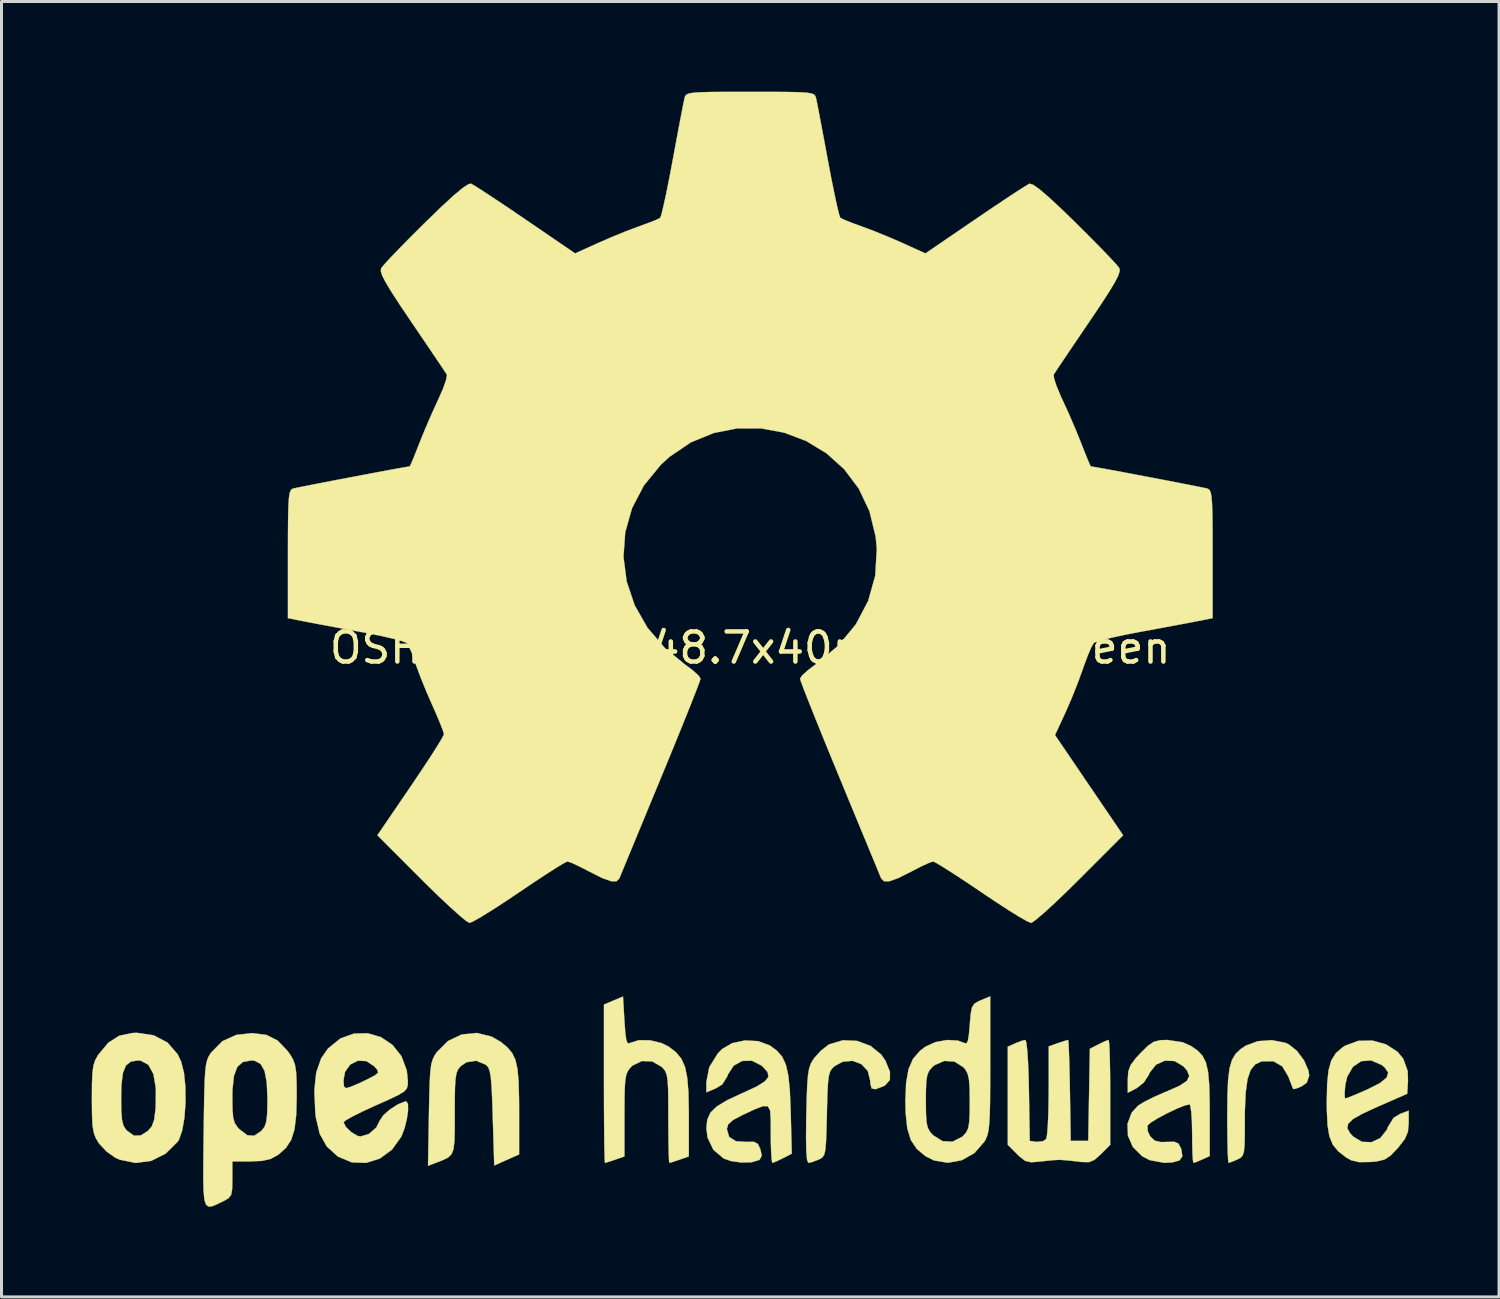
<source format=kicad_pcb>
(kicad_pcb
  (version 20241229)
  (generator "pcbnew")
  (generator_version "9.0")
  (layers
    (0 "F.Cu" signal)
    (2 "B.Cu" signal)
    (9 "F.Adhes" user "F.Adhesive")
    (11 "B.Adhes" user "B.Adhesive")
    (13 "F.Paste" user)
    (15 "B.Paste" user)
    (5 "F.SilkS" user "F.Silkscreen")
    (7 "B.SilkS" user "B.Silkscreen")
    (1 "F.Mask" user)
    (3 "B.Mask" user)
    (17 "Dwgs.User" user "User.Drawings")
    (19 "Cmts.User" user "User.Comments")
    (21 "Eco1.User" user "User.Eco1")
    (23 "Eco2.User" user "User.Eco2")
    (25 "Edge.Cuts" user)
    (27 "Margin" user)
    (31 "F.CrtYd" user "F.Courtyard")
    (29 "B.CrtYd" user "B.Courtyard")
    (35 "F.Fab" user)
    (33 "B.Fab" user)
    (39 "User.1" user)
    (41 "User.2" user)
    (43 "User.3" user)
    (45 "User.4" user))
  (footprint "OSHW-Logo2_48.7x40mm_SilkScreen"
    (layer "F.Cu")
    (at 21.902 18.495)
    (property "Reference" "OSHW-Logo2_48.7x40mm_SilkScreen" (at 0 0 0) (layer "F.SilkS") (effects (font (size 1 1) (thickness 0.15))))
    (attr exclude_from_pos_files exclude_from_bom)
    (fp_poly (pts (xy 17.786 13.133) (xy 17.902 13.184) (xy 18.18 13.404) (xy 18.417 13.722) (xy 18.564 14.061) (xy 18.588 14.229) (xy 18.508 14.462) (xy 18.332 14.586) (xy 18.143 14.661) (xy 18.057 14.674) (xy 18.015 14.574) (xy 17.932 14.357) (xy 17.896 14.258) (xy 17.692 13.918) (xy 17.396 13.748) (xy 17.017 13.753) (xy 16.989 13.76) (xy 16.787 13.856) (xy 16.638 14.043) (xy 16.537 14.344) (xy 16.476 14.782) (xy 16.449 15.38) (xy 16.447 15.698) (xy 16.446 16.2) (xy 16.437 16.542) (xy 16.416 16.759) (xy 16.374 16.886) (xy 16.306 16.959) (xy 16.205 17.012) (xy 16.199 17.015) (xy 16.004 17.098) (xy 15.907 17.128) (xy 15.892 17.036) (xy 15.879 16.782) (xy 15.87 16.398) (xy 15.864 15.918) (xy 15.863 15.566) (xy 15.869 14.885) (xy 15.891 14.369) (xy 15.939 13.987) (xy 16.019 13.709) (xy 16.139 13.504) (xy 16.309 13.343) (xy 16.476 13.231) (xy 16.878 13.082) (xy 17.345 13.048) (xy 17.786 13.133)) (stroke (width 0.01) (type solid)) (fill yes) (layer "F.SilkS"))
    (fp_poly (pts (xy -8.609 12.926) (xy -8.296 13.106) (xy -8.079 13.286) (xy -7.92 13.474) (xy -7.811 13.703) (xy -7.742 14.008) (xy -7.705 14.422) (xy -7.69 14.977) (xy -7.688 15.376) (xy -7.688 16.846) (xy -8.102 17.031) (xy -8.515 17.216) (xy -8.564 15.607) (xy -8.584 15.006) (xy -8.605 14.57) (xy -8.631 14.268) (xy -8.667 14.072) (xy -8.715 13.951) (xy -8.781 13.876) (xy -8.802 13.86) (xy -9.12 13.732) (xy -9.443 13.783) (xy -9.634 13.916) (xy -9.713 14.011) (xy -9.767 14.136) (xy -9.801 14.324) (xy -9.82 14.611) (xy -9.828 15.032) (xy -9.829 15.47) (xy -9.829 16.02) (xy -9.839 16.409) (xy -9.87 16.672) (xy -9.937 16.841) (xy -10.051 16.952) (xy -10.227 17.038) (xy -10.461 17.128) (xy -10.717 17.225) (xy -10.687 15.498) (xy -10.675 14.875) (xy -10.66 14.415) (xy -10.64 14.085) (xy -10.609 13.854) (xy -10.563 13.689) (xy -10.499 13.558) (xy -10.422 13.442) (xy -10.049 13.073) (xy -9.595 12.859) (xy -9.101 12.808) (xy -8.609 12.926)) (stroke (width 0.01) (type solid)) (fill yes) (layer "F.SilkS"))
    (fp_poly (pts (xy 3.553 13.073) (xy 3.995 13.236) (xy 4.353 13.525) (xy 4.493 13.728) (xy 4.646 14.101) (xy 4.643 14.37) (xy 4.483 14.551) (xy 4.423 14.582) (xy 4.167 14.678) (xy 4.037 14.654) (xy 3.992 14.492) (xy 3.99 14.403) (xy 3.909 14.075) (xy 3.698 13.846) (xy 3.404 13.735) (xy 3.076 13.763) (xy 2.809 13.908) (xy 2.719 13.99) (xy 2.655 14.09) (xy 2.611 14.242) (xy 2.584 14.478) (xy 2.565 14.833) (xy 2.551 15.34) (xy 2.548 15.501) (xy 2.534 16.05) (xy 2.519 16.437) (xy 2.497 16.693) (xy 2.461 16.85) (xy 2.406 16.939) (xy 2.326 16.994) (xy 2.275 17.018) (xy 2.059 17.101) (xy 1.932 17.128) (xy 1.89 17.037) (xy 1.864 16.762) (xy 1.855 16.3) (xy 1.861 15.647) (xy 1.863 15.547) (xy 1.878 14.951) (xy 1.895 14.516) (xy 1.92 14.208) (xy 1.957 13.993) (xy 2.01 13.836) (xy 2.085 13.704) (xy 2.124 13.647) (xy 2.349 13.397) (xy 2.6 13.202) (xy 2.63 13.185) (xy 3.08 13.051) (xy 3.553 13.073)) (stroke (width 0.01) (type solid)) (fill yes) (layer "F.SilkS"))
    (fp_poly (pts (xy 11.934 13.133) (xy 11.949 13.389) (xy 11.96 13.778) (xy 11.968 14.269) (xy 11.97 14.785) (xy 11.97 16.529) (xy 11.662 16.837) (xy 11.45 17.027) (xy 11.264 17.104) (xy 11.009 17.099) (xy 10.908 17.086) (xy 10.592 17.05) (xy 10.331 17.03) (xy 10.267 17.028) (xy 10.052 17.04) (xy 9.745 17.072) (xy 9.626 17.086) (xy 9.334 17.109) (xy 9.137 17.06) (xy 8.942 16.906) (xy 8.872 16.837) (xy 8.564 16.529) (xy 8.564 13.266) (xy 8.812 13.154) (xy 9.025 13.07) (xy 9.15 13.041) (xy 9.182 13.133) (xy 9.212 13.392) (xy 9.238 13.788) (xy 9.258 14.293) (xy 9.267 14.719) (xy 9.294 16.398) (xy 9.526 16.431) (xy 9.737 16.408) (xy 9.841 16.334) (xy 9.87 16.195) (xy 9.895 15.898) (xy 9.913 15.483) (xy 9.923 14.985) (xy 9.925 14.729) (xy 9.926 13.254) (xy 10.233 13.147) (xy 10.45 13.075) (xy 10.568 13.041) (xy 10.571 13.041) (xy 10.583 13.133) (xy 10.596 13.388) (xy 10.609 13.775) (xy 10.621 14.263) (xy 10.63 14.719) (xy 10.656 16.398) (xy 11.24 16.398) (xy 11.267 14.867) (xy 11.294 13.335) (xy 11.578 13.188) (xy 11.789 13.087) (xy 11.913 13.041) (xy 11.917 13.041) (xy 11.934 13.133)) (stroke (width 0.01) (type solid)) (fill yes) (layer "F.SilkS"))
    (fp_poly (pts (xy -4.185 12.413) (xy -4.156 12.811) (xy -4.123 13.045) (xy -4.078 13.147) (xy -4.012 13.149) (xy -3.99 13.136) (xy -3.704 13.048) (xy -3.331 13.053) (xy -2.952 13.144) (xy -2.715 13.262) (xy -2.472 13.449) (xy -2.294 13.662) (xy -2.172 13.932) (xy -2.097 14.292) (xy -2.057 14.775) (xy -2.044 15.414) (xy -2.044 15.537) (xy -2.044 16.914) (xy -2.35 17.021) (xy -2.568 17.094) (xy -2.687 17.128) (xy -2.691 17.128) (xy -2.703 17.036) (xy -2.713 16.783) (xy -2.72 16.402) (xy -2.724 15.926) (xy -2.725 15.637) (xy -2.726 15.066) (xy -2.733 14.657) (xy -2.75 14.377) (xy -2.781 14.192) (xy -2.831 14.07) (xy -2.905 13.978) (xy -2.95 13.933) (xy -3.264 13.754) (xy -3.605 13.741) (xy -3.916 13.892) (xy -3.973 13.947) (xy -4.057 14.05) (xy -4.116 14.172) (xy -4.153 14.348) (xy -4.174 14.614) (xy -4.183 15.005) (xy -4.185 15.543) (xy -4.185 16.914) (xy -4.491 17.021) (xy -4.709 17.094) (xy -4.828 17.128) (xy -4.832 17.128) (xy -4.841 17.035) (xy -4.849 16.772) (xy -4.856 16.365) (xy -4.861 15.838) (xy -4.865 15.217) (xy -4.866 14.526) (xy -4.866 14.496) (xy -4.866 11.863) (xy -4.55 11.73) (xy -4.233 11.597) (xy -4.185 12.413)) (stroke (width 0.01) (type solid)) (fill yes) (layer "F.SilkS"))
    (fp_poly (pts (xy -19.839 12.887) (xy -19.383 13.127) (xy -19.046 13.513) (xy -18.927 13.761) (xy -18.834 14.133) (xy -18.786 14.604) (xy -18.782 15.118) (xy -18.818 15.62) (xy -18.893 16.054) (xy -19.004 16.366) (xy -19.038 16.42) (xy -19.442 16.821) (xy -19.922 17.061) (xy -20.443 17.131) (xy -20.97 17.023) (xy -21.116 16.958) (xy -21.401 16.757) (xy -21.652 16.49) (xy -21.676 16.457) (xy -21.772 16.294) (xy -21.835 16.12) (xy -21.873 15.891) (xy -21.891 15.563) (xy -21.896 15.092) (xy -21.897 14.987) (xy -21.896 14.953) (xy -20.923 14.953) (xy -20.918 15.398) (xy -20.895 15.692) (xy -20.849 15.883) (xy -20.769 16.014) (xy -20.729 16.057) (xy -20.496 16.224) (xy -20.27 16.216) (xy -20.041 16.072) (xy -19.905 15.918) (xy -19.824 15.693) (xy -19.779 15.338) (xy -19.776 15.297) (xy -19.768 14.654) (xy -19.849 14.176) (xy -20.017 13.867) (xy -20.272 13.729) (xy -20.363 13.722) (xy -20.602 13.76) (xy -20.765 13.891) (xy -20.865 14.141) (xy -20.914 14.537) (xy -20.923 14.953) (xy -21.896 14.953) (xy -21.893 14.486) (xy -21.878 14.135) (xy -21.844 13.892) (xy -21.786 13.714) (xy -21.697 13.556) (xy -21.678 13.526) (xy -21.347 13.13) (xy -20.986 12.9) (xy -20.547 12.809) (xy -20.398 12.804) (xy -19.839 12.887)) (stroke (width 0.01) (type solid)) (fill yes) (layer "F.SilkS"))
    (fp_poly (pts (xy 21.145 13.188) (xy 21.53 13.44) (xy 21.716 13.665) (xy 21.863 14.074) (xy 21.874 14.398) (xy 21.848 14.83) (xy 20.85 15.267) (xy 20.365 15.49) (xy 20.048 15.669) (xy 19.884 15.825) (xy 19.855 15.976) (xy 19.947 16.142) (xy 20.048 16.252) (xy 20.341 16.429) (xy 20.661 16.441) (xy 20.954 16.303) (xy 21.17 16.03) (xy 21.208 15.933) (xy 21.393 15.632) (xy 21.605 15.503) (xy 21.897 15.393) (xy 21.897 15.81) (xy 21.871 16.094) (xy 21.77 16.333) (xy 21.558 16.608) (xy 21.527 16.644) (xy 21.292 16.888) (xy 21.089 17.019) (xy 20.837 17.079) (xy 20.627 17.099) (xy 20.252 17.104) (xy 19.985 17.042) (xy 19.818 16.949) (xy 19.556 16.745) (xy 19.375 16.525) (xy 19.26 16.248) (xy 19.198 15.874) (xy 19.174 15.363) (xy 19.172 15.104) (xy 19.179 14.793) (xy 19.766 14.793) (xy 19.773 14.96) (xy 19.79 14.987) (xy 19.902 14.95) (xy 20.143 14.852) (xy 20.466 14.712) (xy 20.533 14.682) (xy 20.941 14.475) (xy 21.165 14.293) (xy 21.214 14.122) (xy 21.096 13.95) (xy 20.999 13.873) (xy 20.647 13.721) (xy 20.318 13.746) (xy 20.043 13.932) (xy 19.852 14.263) (xy 19.791 14.525) (xy 19.766 14.793) (xy 19.179 14.793) (xy 19.185 14.498) (xy 19.231 14.05) (xy 19.323 13.723) (xy 19.472 13.483) (xy 19.69 13.293) (xy 19.785 13.231) (xy 20.216 13.071) (xy 20.688 13.061) (xy 21.145 13.188)) (stroke (width 0.01) (type solid)) (fill yes) (layer "F.SilkS"))
    (fp_poly (pts (xy 7.98 13.848) (xy 7.978 14.576) (xy 7.974 15.135) (xy 7.963 15.554) (xy 7.945 15.858) (xy 7.918 16.075) (xy 7.879 16.231) (xy 7.826 16.353) (xy 7.786 16.423) (xy 7.455 16.802) (xy 7.035 17.04) (xy 6.571 17.125) (xy 6.106 17.047) (xy 5.829 16.907) (xy 5.538 16.665) (xy 5.34 16.369) (xy 5.221 15.981) (xy 5.166 15.464) (xy 5.158 15.084) (xy 5.159 15.057) (xy 5.839 15.057) (xy 5.843 15.492) (xy 5.862 15.78) (xy 5.906 15.969) (xy 5.984 16.105) (xy 6.078 16.208) (xy 6.392 16.406) (xy 6.73 16.423) (xy 7.049 16.258) (xy 7.074 16.235) (xy 7.18 16.118) (xy 7.246 15.979) (xy 7.282 15.773) (xy 7.297 15.452) (xy 7.299 15.098) (xy 7.294 14.653) (xy 7.273 14.356) (xy 7.228 14.161) (xy 7.151 14.021) (xy 7.087 13.947) (xy 6.792 13.76) (xy 6.452 13.737) (xy 6.127 13.88) (xy 6.064 13.933) (xy 5.958 14.051) (xy 5.891 14.192) (xy 5.855 14.401) (xy 5.841 14.725) (xy 5.839 15.057) (xy 5.159 15.057) (xy 5.182 14.473) (xy 5.262 14.014) (xy 5.412 13.669) (xy 5.646 13.4) (xy 5.829 13.262) (xy 6.161 13.112) (xy 6.546 13.043) (xy 6.904 13.062) (xy 7.104 13.136) (xy 7.183 13.158) (xy 7.235 13.078) (xy 7.271 12.866) (xy 7.299 12.542) (xy 7.329 12.182) (xy 7.371 11.965) (xy 7.447 11.841) (xy 7.58 11.759) (xy 7.664 11.723) (xy 7.98 11.59) (xy 7.98 13.848)) (stroke (width 0.01) (type solid)) (fill yes) (layer "F.SilkS"))
    (fp_poly (pts (xy -12.281 12.949) (xy -11.898 13.207) (xy -11.601 13.58) (xy -11.424 14.054) (xy -11.388 14.403) (xy -11.392 14.549) (xy -11.426 14.661) (xy -11.52 14.761) (xy -11.703 14.871) (xy -12.005 15.016) (xy -12.454 15.216) (xy -12.457 15.217) (xy -12.871 15.407) (xy -13.21 15.575) (xy -13.441 15.704) (xy -13.527 15.776) (xy -13.527 15.776) (xy -13.451 15.932) (xy -13.273 16.104) (xy -13.069 16.228) (xy -12.965 16.252) (xy -12.682 16.167) (xy -12.439 15.954) (xy -12.32 15.72) (xy -12.206 15.548) (xy -11.982 15.351) (xy -11.719 15.182) (xy -11.487 15.089) (xy -11.439 15.084) (xy -11.384 15.168) (xy -11.381 15.381) (xy -11.421 15.669) (xy -11.497 15.975) (xy -11.6 16.245) (xy -11.605 16.255) (xy -11.916 16.689) (xy -12.319 16.984) (xy -12.777 17.129) (xy -13.251 17.112) (xy -13.706 16.922) (xy -13.727 16.909) (xy -14.084 16.584) (xy -14.32 16.161) (xy -14.45 15.605) (xy -14.467 15.449) (xy -14.498 14.711) (xy -14.461 14.367) (xy -13.527 14.367) (xy -13.515 14.582) (xy -13.449 14.644) (xy -13.283 14.597) (xy -13.022 14.487) (xy -12.731 14.348) (xy -12.724 14.344) (xy -12.477 14.214) (xy -12.377 14.127) (xy -12.402 14.037) (xy -12.505 13.917) (xy -12.767 13.744) (xy -13.049 13.731) (xy -13.302 13.857) (xy -13.477 14.1) (xy -13.527 14.367) (xy -14.461 14.367) (xy -14.435 14.121) (xy -14.271 13.653) (xy -14.044 13.325) (xy -13.634 12.993) (xy -13.182 12.829) (xy -12.72 12.819) (xy -12.281 12.949)) (stroke (width 0.01) (type solid)) (fill yes) (layer "F.SilkS"))
    (fp_poly (pts (xy 0.266 13.081) (xy 0.648 13.223) (xy 0.652 13.226) (xy 0.888 13.399) (xy 1.062 13.602) (xy 1.185 13.866) (xy 1.265 14.224) (xy 1.315 14.708) (xy 1.343 15.351) (xy 1.345 15.442) (xy 1.38 16.822) (xy 1.084 16.975) (xy 0.87 17.078) (xy 0.741 17.127) (xy 0.735 17.128) (xy 0.712 17.038) (xy 0.695 16.793) (xy 0.684 16.437) (xy 0.681 16.148) (xy 0.681 15.681) (xy 0.66 15.387) (xy 0.585 15.247) (xy 0.426 15.24) (xy 0.149 15.346) (xy -0.268 15.541) (xy -0.574 15.703) (xy -0.732 15.843) (xy -0.778 15.996) (xy -0.779 16.004) (xy -0.702 16.268) (xy -0.475 16.41) (xy -0.129 16.431) (xy 0.121 16.427) (xy 0.253 16.499) (xy 0.335 16.672) (xy 0.382 16.892) (xy 0.314 17.017) (xy 0.288 17.035) (xy 0.047 17.107) (xy -0.291 17.117) (xy -0.639 17.069) (xy -0.886 16.982) (xy -1.227 16.693) (xy -1.421 16.289) (xy -1.46 15.974) (xy -1.43 15.69) (xy -1.324 15.458) (xy -1.114 15.252) (xy -0.773 15.046) (xy -0.274 14.813) (xy -0.243 14.8) (xy 0.207 14.592) (xy 0.484 14.421) (xy 0.603 14.268) (xy 0.577 14.112) (xy 0.42 13.933) (xy 0.373 13.892) (xy 0.058 13.732) (xy -0.269 13.739) (xy -0.553 13.896) (xy -0.742 14.186) (xy -0.759 14.242) (xy -0.93 14.518) (xy -1.147 14.651) (xy -1.46 14.783) (xy -1.46 14.442) (xy -1.364 13.947) (xy -1.082 13.493) (xy -0.935 13.341) (xy -0.6 13.146) (xy -0.175 13.057) (xy 0.266 13.081)) (stroke (width 0.01) (type solid)) (fill yes) (layer "F.SilkS"))
    (fp_poly (pts (xy -16.094 12.873) (xy -15.722 13.058) (xy -15.394 13.4) (xy -15.303 13.526) (xy -15.205 13.692) (xy -15.141 13.871) (xy -15.104 14.111) (xy -15.088 14.457) (xy -15.084 14.914) (xy -15.101 15.539) (xy -15.157 16.009) (xy -15.266 16.36) (xy -15.439 16.627) (xy -15.686 16.849) (xy -15.705 16.862) (xy -15.949 16.997) (xy -16.243 17.063) (xy -16.617 17.079) (xy -17.225 17.079) (xy -17.225 17.67) (xy -17.231 17.998) (xy -17.265 18.191) (xy -17.355 18.307) (xy -17.528 18.404) (xy -17.569 18.424) (xy -17.763 18.517) (xy -17.913 18.576) (xy -18.025 18.581) (xy -18.103 18.513) (xy -18.154 18.352) (xy -18.181 18.079) (xy -18.192 17.676) (xy -18.19 17.121) (xy -18.182 16.396) (xy -18.179 16.179) (xy -18.169 15.432) (xy -18.161 14.943) (xy -17.225 14.943) (xy -17.22 15.358) (xy -17.197 15.629) (xy -17.144 15.808) (xy -17.05 15.946) (xy -16.986 16.013) (xy -16.726 16.21) (xy -16.496 16.226) (xy -16.258 16.063) (xy -16.252 16.057) (xy -16.155 15.932) (xy -16.097 15.762) (xy -16.067 15.499) (xy -16.058 15.098) (xy -16.057 15.009) (xy -16.08 14.455) (xy -16.153 14.072) (xy -16.284 13.838) (xy -16.483 13.732) (xy -16.598 13.722) (xy -16.871 13.772) (xy -17.059 13.935) (xy -17.171 14.235) (xy -17.221 14.691) (xy -17.225 14.943) (xy -18.161 14.943) (xy -18.159 14.853) (xy -18.146 14.418) (xy -18.127 14.1) (xy -18.101 13.875) (xy -18.064 13.715) (xy -18.015 13.596) (xy -17.951 13.492) (xy -17.923 13.453) (xy -17.558 13.083) (xy -17.095 12.873) (xy -16.561 12.814) (xy -16.094 12.873)) (stroke (width 0.01) (type solid)) (fill yes) (layer "F.SilkS"))
    (fp_poly (pts (xy 14.381 13.117) (xy 14.662 13.245) (xy 14.882 13.399) (xy 15.043 13.572) (xy 15.154 13.795) (xy 15.224 14.099) (xy 15.262 14.518) (xy 15.277 15.082) (xy 15.279 15.453) (xy 15.279 16.902) (xy 15.031 17.015) (xy 14.836 17.098) (xy 14.739 17.128) (xy 14.721 17.038) (xy 14.706 16.794) (xy 14.697 16.438) (xy 14.695 16.155) (xy 14.687 15.746) (xy 14.665 15.422) (xy 14.632 15.224) (xy 14.607 15.182) (xy 14.434 15.225) (xy 14.164 15.335) (xy 13.85 15.485) (xy 13.55 15.646) (xy 13.317 15.79) (xy 13.209 15.889) (xy 13.208 15.89) (xy 13.218 16.073) (xy 13.301 16.248) (xy 13.448 16.39) (xy 13.663 16.437) (xy 13.846 16.432) (xy 14.106 16.427) (xy 14.242 16.488) (xy 14.324 16.649) (xy 14.335 16.679) (xy 14.37 16.909) (xy 14.275 17.048) (xy 14.028 17.114) (xy 13.761 17.126) (xy 13.28 17.036) (xy 13.031 16.906) (xy 12.723 16.6) (xy 12.56 16.226) (xy 12.546 15.83) (xy 12.683 15.461) (xy 12.891 15.23) (xy 13.098 15.101) (xy 13.423 14.937) (xy 13.802 14.771) (xy 13.865 14.746) (xy 14.282 14.562) (xy 14.522 14.4) (xy 14.599 14.239) (xy 14.527 14.058) (xy 14.403 13.916) (xy 14.11 13.742) (xy 13.788 13.729) (xy 13.493 13.863) (xy 13.281 14.131) (xy 13.253 14.2) (xy 13.09 14.454) (xy 12.853 14.643) (xy 12.554 14.797) (xy 12.554 14.359) (xy 12.572 14.091) (xy 12.647 13.879) (xy 12.815 13.654) (xy 12.975 13.48) (xy 13.225 13.234) (xy 13.419 13.102) (xy 13.628 13.049) (xy 13.864 13.041) (xy 14.381 13.117)) (stroke (width 0.01) (type solid)) (fill yes) (layer "F.SilkS"))
    (fp_poly (pts (xy 0.697 -18.49) (xy 1.223 -18.487) (xy 1.604 -18.479) (xy 1.865 -18.464) (xy 2.029 -18.439) (xy 2.121 -18.402) (xy 2.165 -18.35) (xy 2.187 -18.28) (xy 2.19 -18.271) (xy 2.223 -18.11) (xy 2.285 -17.79) (xy 2.369 -17.348) (xy 2.469 -16.815) (xy 2.578 -16.227) (xy 2.582 -16.207) (xy 2.691 -15.631) (xy 2.794 -15.122) (xy 2.882 -14.71) (xy 2.951 -14.427) (xy 2.992 -14.303) (xy 2.994 -14.3) (xy 3.116 -14.24) (xy 3.369 -14.138) (xy 3.696 -14.018) (xy 3.698 -14.018) (xy 4.111 -13.863) (xy 4.597 -13.665) (xy 5.056 -13.466) (xy 5.078 -13.456) (xy 5.825 -13.117) (xy 7.479 -14.247) (xy 7.986 -14.591) (xy 8.446 -14.899) (xy 8.831 -15.153) (xy 9.115 -15.335) (xy 9.272 -15.429) (xy 9.287 -15.436) (xy 9.4 -15.405) (xy 9.613 -15.256) (xy 9.932 -14.983) (xy 10.367 -14.577) (xy 10.811 -14.146) (xy 11.239 -13.721) (xy 11.622 -13.333) (xy 11.937 -13.006) (xy 12.161 -12.765) (xy 12.271 -12.632) (xy 12.275 -12.625) (xy 12.287 -12.534) (xy 12.241 -12.386) (xy 12.126 -12.16) (xy 11.931 -11.836) (xy 11.644 -11.394) (xy 11.261 -10.825) (xy 10.921 -10.324) (xy 10.617 -9.876) (xy 10.367 -9.504) (xy 10.188 -9.237) (xy 10.098 -9.099) (xy 10.092 -9.09) (xy 10.103 -8.958) (xy 10.187 -8.701) (xy 10.326 -8.369) (xy 10.376 -8.262) (xy 10.593 -7.789) (xy 10.824 -7.252) (xy 11.012 -6.788) (xy 11.147 -6.443) (xy 11.255 -6.181) (xy 11.317 -6.044) (xy 11.325 -6.034) (xy 11.439 -6.016) (xy 11.709 -5.968) (xy 12.098 -5.897) (xy 12.57 -5.809) (xy 13.09 -5.71) (xy 13.622 -5.609) (xy 14.13 -5.511) (xy 14.578 -5.424) (xy 14.931 -5.354) (xy 15.152 -5.309) (xy 15.206 -5.296) (xy 15.262 -5.264) (xy 15.304 -5.192) (xy 15.335 -5.055) (xy 15.355 -4.829) (xy 15.368 -4.491) (xy 15.374 -4.014) (xy 15.376 -3.376) (xy 15.376 -3.115) (xy 15.376 -0.987) (xy 14.865 -0.886) (xy 14.581 -0.831) (xy 14.157 -0.752) (xy 13.644 -0.656) (xy 13.095 -0.555) (xy 12.943 -0.527) (xy 12.436 -0.429) (xy 11.995 -0.332) (xy 11.656 -0.246) (xy 11.456 -0.179) (xy 11.423 -0.159) (xy 11.341 -0.018) (xy 11.224 0.255) (xy 11.094 0.606) (xy 11.068 0.681) (xy 10.898 1.15) (xy 10.687 1.679) (xy 10.48 2.154) (xy 10.479 2.156) (xy 10.134 2.901) (xy 11.267 4.568) (xy 12.4 6.234) (xy 10.945 7.691) (xy 10.505 8.125) (xy 10.104 8.507) (xy 9.764 8.817) (xy 9.508 9.036) (xy 9.358 9.141) (xy 9.336 9.148) (xy 9.21 9.095) (xy 8.952 8.948) (xy 8.591 8.725) (xy 8.155 8.442) (xy 7.684 8.126) (xy 7.205 7.803) (xy 6.778 7.523) (xy 6.43 7.301) (xy 6.189 7.156) (xy 6.081 7.104) (xy 5.949 7.148) (xy 5.698 7.263) (xy 5.382 7.425) (xy 5.348 7.443) (xy 4.921 7.657) (xy 4.629 7.762) (xy 4.447 7.763) (xy 4.352 7.665) (xy 4.351 7.664) (xy 4.304 7.548) (xy 4.191 7.274) (xy 4.021 6.863) (xy 3.803 6.335) (xy 3.545 5.712) (xy 3.257 5.016) (xy 2.979 4.341) (xy 2.672 3.597) (xy 2.391 2.908) (xy 2.143 2.295) (xy 1.937 1.778) (xy 1.781 1.38) (xy 1.684 1.121) (xy 1.654 1.025) (xy 1.729 0.914) (xy 1.925 0.737) (xy 2.186 0.542) (xy 2.928 -0.073) (xy 3.509 -0.779) (xy 3.921 -1.56) (xy 4.156 -2.402) (xy 4.208 -3.289) (xy 4.17 -3.698) (xy 3.963 -4.547) (xy 3.607 -5.297) (xy 3.123 -5.941) (xy 2.534 -6.47) (xy 1.862 -6.878) (xy 1.129 -7.156) (xy 0.356 -7.299) (xy -0.433 -7.298) (xy -1.216 -7.145) (xy -1.973 -6.835) (xy -2.68 -6.358) (xy -2.975 -6.089) (xy -3.54 -5.397) (xy -3.934 -4.64) (xy -4.159 -3.842) (xy -4.217 -3.023) (xy -4.111 -2.207) (xy -3.844 -1.414) (xy -3.418 -0.667) (xy -2.836 0.011) (xy -2.186 0.542) (xy -1.915 0.745) (xy -1.723 0.92) (xy -1.654 1.025) (xy -1.69 1.139) (xy -1.793 1.411) (xy -1.954 1.821) (xy -2.164 2.348) (xy -2.416 2.969) (xy -2.7 3.664) (xy -2.979 4.342) (xy -3.288 5.086) (xy -3.573 5.777) (xy -3.827 6.391) (xy -4.041 6.908) (xy -4.206 7.307) (xy -4.313 7.567) (xy -4.352 7.664) (xy -4.446 7.762) (xy -4.627 7.762) (xy -4.919 7.658) (xy -5.345 7.444) (xy -5.348 7.443) (xy -5.669 7.277) (xy -5.928 7.156) (xy -6.074 7.105) (xy -6.081 7.104) (xy -6.191 7.157) (xy -6.434 7.303) (xy -6.782 7.525) (xy -7.21 7.807) (xy -7.684 8.126) (xy -8.166 8.45) (xy -8.601 8.731) (xy -8.96 8.953) (xy -9.215 9.097) (xy -9.336 9.148) (xy -9.449 9.082) (xy -9.674 8.896) (xy -9.99 8.613) (xy -10.375 8.251) (xy -10.805 7.831) (xy -10.946 7.69) (xy -12.401 6.233) (xy -11.293 4.608) (xy -10.957 4.109) (xy -10.661 3.661) (xy -10.424 3.29) (xy -10.261 3.022) (xy -10.188 2.883) (xy -10.186 2.874) (xy -10.224 2.743) (xy -10.327 2.48) (xy -10.476 2.128) (xy -10.581 1.893) (xy -10.777 1.443) (xy -10.962 0.988) (xy -11.105 0.604) (xy -11.144 0.487) (xy -11.255 0.174) (xy -11.363 -0.068) (xy -11.422 -0.159) (xy -11.553 -0.215) (xy -11.839 -0.294) (xy -12.242 -0.388) (xy -12.727 -0.487) (xy -12.943 -0.527) (xy -13.494 -0.628) (xy -14.021 -0.726) (xy -14.475 -0.811) (xy -14.804 -0.874) (xy -14.865 -0.886) (xy -15.376 -0.987) (xy -15.376 -3.115) (xy -15.375 -3.814) (xy -15.37 -4.343) (xy -15.36 -4.727) (xy -15.343 -4.989) (xy -15.316 -5.153) (xy -15.278 -5.245) (xy -15.227 -5.288) (xy -15.206 -5.296) (xy -15.08 -5.324) (xy -14.801 -5.38) (xy -14.405 -5.458) (xy -13.928 -5.55) (xy -13.406 -5.65) (xy -12.874 -5.751) (xy -12.369 -5.846) (xy -11.927 -5.929) (xy -11.582 -5.991) (xy -11.372 -6.027) (xy -11.325 -6.034) (xy -11.283 -6.118) (xy -11.189 -6.341) (xy -11.061 -6.662) (xy -11.012 -6.788) (xy -10.815 -7.274) (xy -10.583 -7.81) (xy -10.376 -8.262) (xy -10.223 -8.608) (xy -10.121 -8.892) (xy -10.087 -9.066) (xy -10.093 -9.09) (xy -10.164 -9.2) (xy -10.328 -9.445) (xy -10.566 -9.798) (xy -10.861 -10.234) (xy -11.196 -10.727) (xy -11.262 -10.824) (xy -11.65 -11.4) (xy -11.935 -11.839) (xy -12.129 -12.161) (xy -12.243 -12.385) (xy -12.288 -12.533) (xy -12.276 -12.624) (xy -12.275 -12.625) (xy -12.179 -12.744) (xy -11.966 -12.975) (xy -11.66 -13.294) (xy -11.283 -13.677) (xy -10.859 -14.099) (xy -10.811 -14.146) (xy -10.277 -14.664) (xy -9.864 -15.044) (xy -9.565 -15.293) (xy -9.372 -15.419) (xy -9.287 -15.436) (xy -9.162 -15.365) (xy -8.904 -15.201) (xy -8.54 -14.961) (xy -8.094 -14.664) (xy -7.595 -14.326) (xy -7.479 -14.247) (xy -5.825 -13.117) (xy -5.078 -13.456) (xy -4.623 -13.654) (xy -4.136 -13.853) (xy -3.717 -14.011) (xy -3.698 -14.018) (xy -3.37 -14.138) (xy -3.117 -14.239) (xy -2.994 -14.3) (xy -2.994 -14.3) (xy -2.955 -14.411) (xy -2.889 -14.682) (xy -2.801 -15.085) (xy -2.7 -15.587) (xy -2.591 -16.159) (xy -2.582 -16.207) (xy -2.473 -16.796) (xy -2.373 -17.331) (xy -2.288 -17.777) (xy -2.225 -18.101) (xy -2.19 -18.269) (xy -2.19 -18.271) (xy -2.168 -18.343) (xy -2.127 -18.397) (xy -2.042 -18.436) (xy -1.887 -18.462) (xy -1.639 -18.478) (xy -1.273 -18.487) (xy -0.764 -18.49) (xy -0.088 -18.49) (xy 0 -18.49) (xy 0.697 -18.49)) (stroke (width 0.01) (type solid)) (fill yes) (layer "F.SilkS")))
  (gr_rect
    (start -3 -3)
    (end 46.803 40.081)
    (stroke (width 0.1) (type default))
    (fill no)
    (layer "Edge.Cuts")))
</source>
